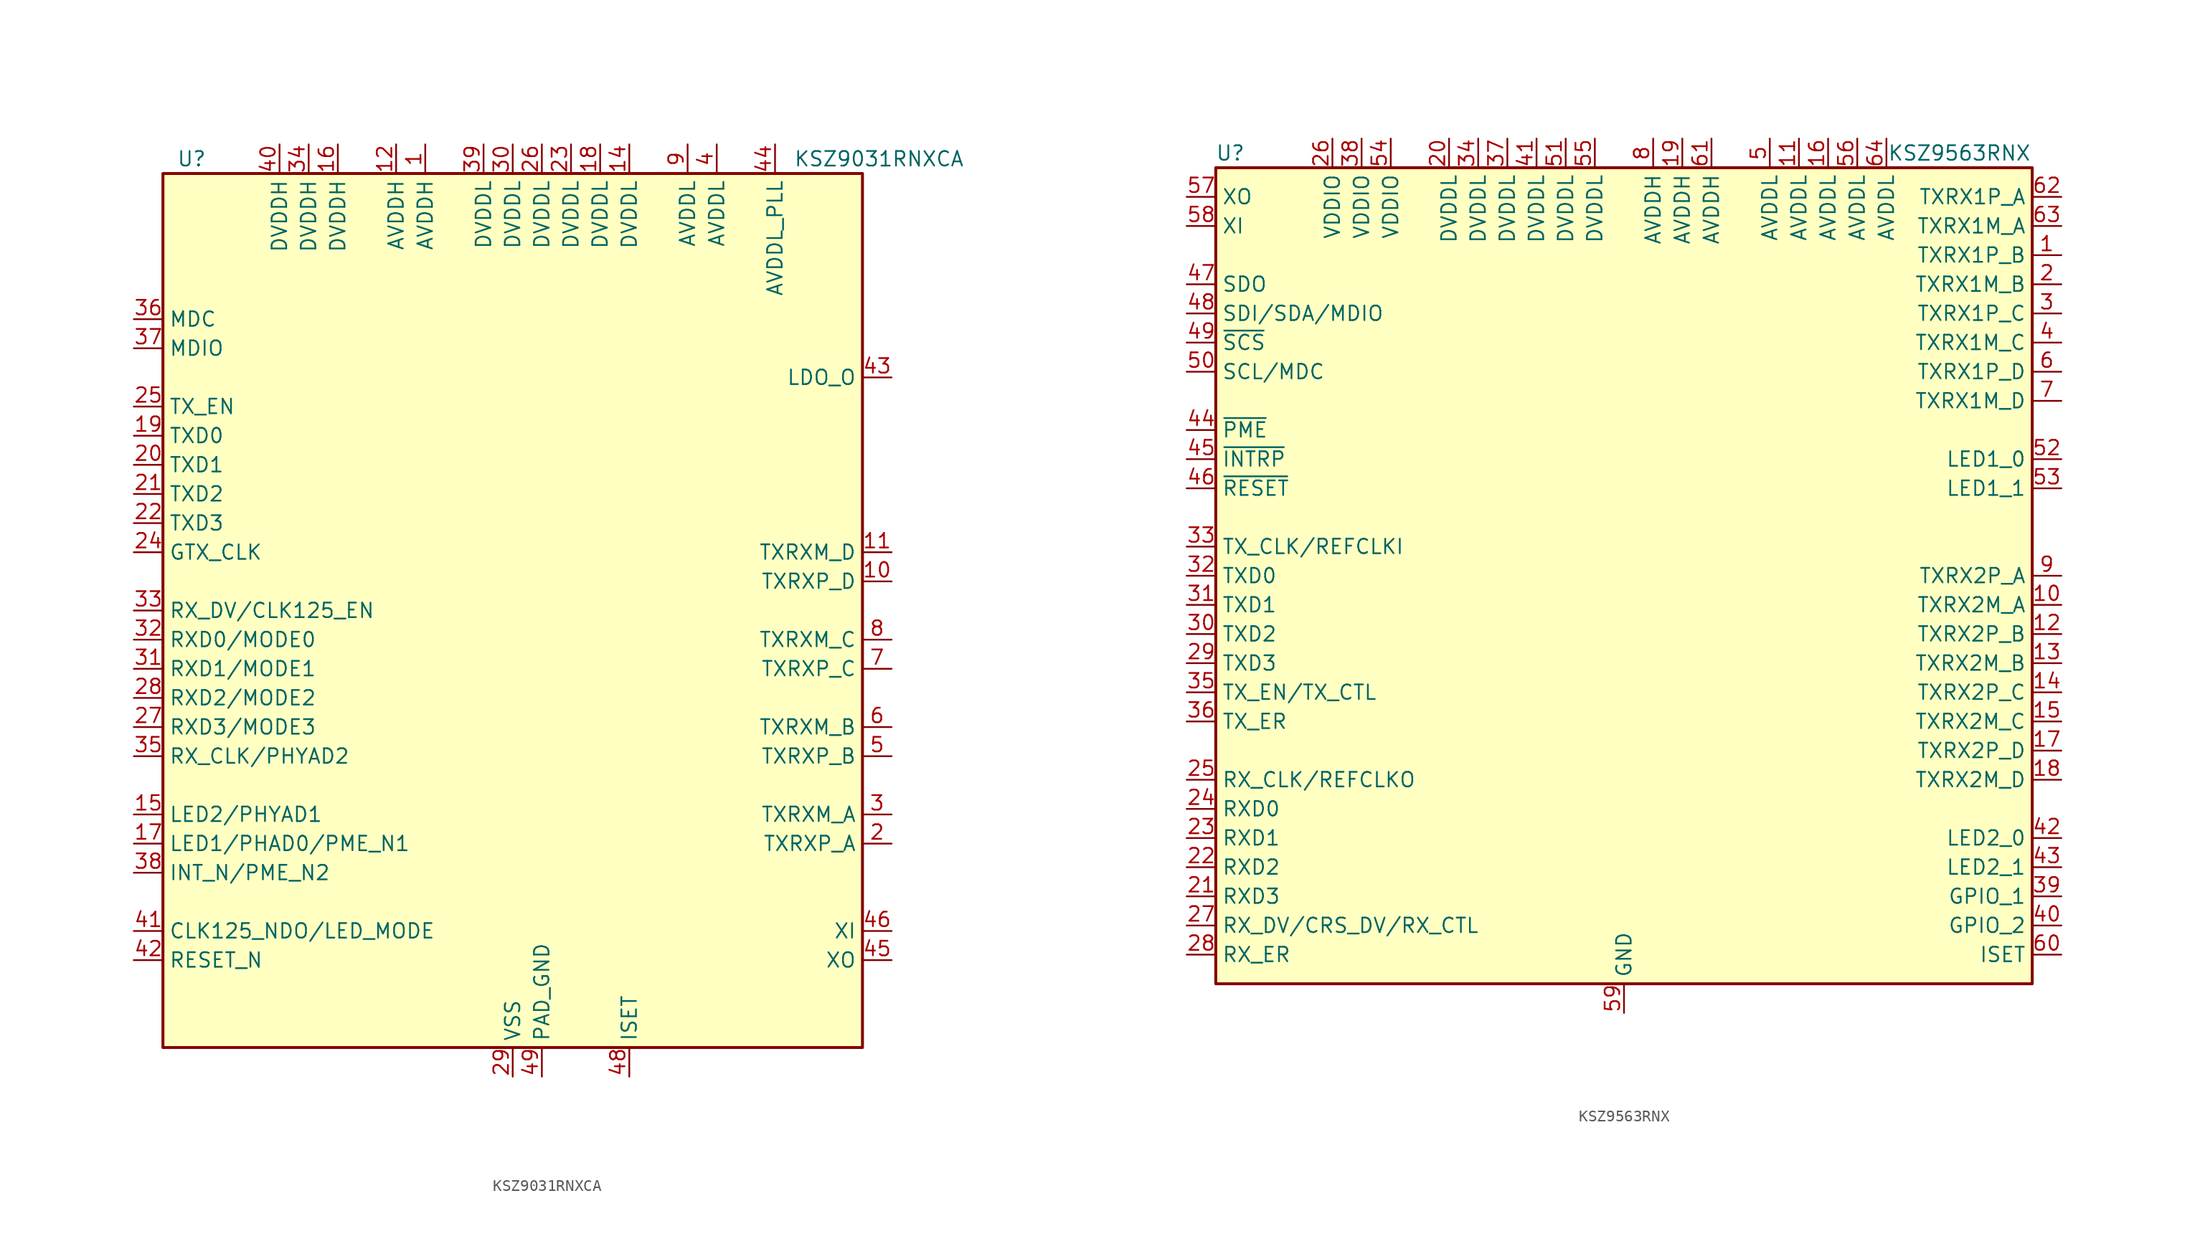
<source format=kicad_sym>
(kicad_symbol_lib
  (version 20211014)
  (generator kicad_symbol_editor)
  (symbol "KSZ9031RNXCA"
    (property "Reference" "U"
      (at -26.67 39.37 0)
      (effects (font (size 1.27 1.27)) (justify right)))
    (property "Value" "KSZ9031RNXCA"
      (at 39.37 39.37 0)
      (effects (font (size 1.27 1.27)) (justify right)))
    (symbol "KSZ9031RNXCA_0_1"
      (rectangle (start -30.48 38.1) (end 30.48 -38.1) (stroke (width 0.254) (type default) (color 0 0 0 0)) (fill (type background))))
    (symbol "KSZ9031RNXCA_1_1"
      (pin power_in line (at -7.62 40.64 270) (length 2.54) (name "AVDDH" (effects (font (size 1.27 1.27)))) (number "1" (effects (font (size 1.27 1.27)))))
      (pin input line (at 33.02 2.54 180) (length 2.54) (name "TXRXP_D" (effects (font (size 1.27 1.27)))) (number "10" (effects (font (size 1.27 1.27)))))
      (pin input line (at 33.02 5.08 180) (length 2.54) (name "TXRXM_D" (effects (font (size 1.27 1.27)))) (number "11" (effects (font (size 1.27 1.27)))))
      (pin power_in line (at -10.16 40.64 270) (length 2.54) (name "AVDDH" (effects (font (size 1.27 1.27)))) (number "12" (effects (font (size 1.27 1.27)))))
      (pin no_connect line (at 30.48 12.7 180) (length 2.54) hide (name "NC" (effects (font (size 1.27 1.27)))) (number "13" (effects (font (size 1.27 1.27)))))
      (pin power_in line (at 10.16 40.64 270) (length 2.54) (name "DVDDL" (effects (font (size 1.27 1.27)))) (number "14" (effects (font (size 1.27 1.27)))))
      (pin bidirectional line (at -33.02 -17.78 0) (length 2.54) (name "LED2/PHYAD1" (effects (font (size 1.27 1.27)))) (number "15" (effects (font (size 1.27 1.27)))))
      (pin power_in line (at -15.24 40.64 270) (length 2.54) (name "DVDDH" (effects (font (size 1.27 1.27)))) (number "16" (effects (font (size 1.27 1.27)))))
      (pin bidirectional line (at -33.02 -20.32 0) (length 2.54) (name "LED1/PHAD0/PME_N1" (effects (font (size 1.27 1.27)))) (number "17" (effects (font (size 1.27 1.27)))))
      (pin power_in line (at 7.62 40.64 270) (length 2.54) (name "DVDDL" (effects (font (size 1.27 1.27)))) (number "18" (effects (font (size 1.27 1.27)))))
      (pin input line (at -33.02 15.24 0) (length 2.54) (name "TXD0" (effects (font (size 1.27 1.27)))) (number "19" (effects (font (size 1.27 1.27)))))
      (pin input line (at 33.02 -20.32 180) (length 2.54) (name "TXRXP_A" (effects (font (size 1.27 1.27)))) (number "2" (effects (font (size 1.27 1.27)))))
      (pin input line (at -33.02 12.7 0) (length 2.54) (name "TXD1" (effects (font (size 1.27 1.27)))) (number "20" (effects (font (size 1.27 1.27)))))
      (pin input line (at -33.02 10.16 0) (length 2.54) (name "TXD2" (effects (font (size 1.27 1.27)))) (number "21" (effects (font (size 1.27 1.27)))))
      (pin input line (at -33.02 7.62 0) (length 2.54) (name "TXD3" (effects (font (size 1.27 1.27)))) (number "22" (effects (font (size 1.27 1.27)))))
      (pin power_in line (at 5.08 40.64 270) (length 2.54) (name "DVDDL" (effects (font (size 1.27 1.27)))) (number "23" (effects (font (size 1.27 1.27)))))
      (pin input line (at -33.02 5.08 0) (length 2.54) (name "GTX_CLK" (effects (font (size 1.27 1.27)))) (number "24" (effects (font (size 1.27 1.27)))))
      (pin input line (at -33.02 17.78 0) (length 2.54) (name "TX_EN" (effects (font (size 1.27 1.27)))) (number "25" (effects (font (size 1.27 1.27)))))
      (pin power_in line (at 2.54 40.64 270) (length 2.54) (name "DVDDL" (effects (font (size 1.27 1.27)))) (number "26" (effects (font (size 1.27 1.27)))))
      (pin input line (at -33.02 -10.16 0) (length 2.54) (name "RXD3/MODE3" (effects (font (size 1.27 1.27)))) (number "27" (effects (font (size 1.27 1.27)))))
      (pin input line (at -33.02 -7.62 0) (length 2.54) (name "RXD2/MODE2" (effects (font (size 1.27 1.27)))) (number "28" (effects (font (size 1.27 1.27)))))
      (pin power_in line (at 0 -40.64 90) (length 2.54) (name "VSS" (effects (font (size 1.27 1.27)))) (number "29" (effects (font (size 1.27 1.27)))))
      (pin input line (at 33.02 -17.78 180) (length 2.54) (name "TXRXM_A" (effects (font (size 1.27 1.27)))) (number "3" (effects (font (size 1.27 1.27)))))
      (pin power_in line (at 0 40.64 270) (length 2.54) (name "DVDDL" (effects (font (size 1.27 1.27)))) (number "30" (effects (font (size 1.27 1.27)))))
      (pin input line (at -33.02 -5.08 0) (length 2.54) (name "RXD1/MODE1" (effects (font (size 1.27 1.27)))) (number "31" (effects (font (size 1.27 1.27)))))
      (pin input line (at -33.02 -2.54 0) (length 2.54) (name "RXD0/MODE0" (effects (font (size 1.27 1.27)))) (number "32" (effects (font (size 1.27 1.27)))))
      (pin input line (at -33.02 0 0) (length 2.54) (name "RX_DV/CLK125_EN" (effects (font (size 1.27 1.27)))) (number "33" (effects (font (size 1.27 1.27)))))
      (pin power_in line (at -17.78 40.64 270) (length 2.54) (name "DVDDH" (effects (font (size 1.27 1.27)))) (number "34" (effects (font (size 1.27 1.27)))))
      (pin input line (at -33.02 -12.7 0) (length 2.54) (name "RX_CLK/PHYAD2" (effects (font (size 1.27 1.27)))) (number "35" (effects (font (size 1.27 1.27)))))
      (pin input line (at -33.02 25.4 0) (length 2.54) (name "MDC" (effects (font (size 1.27 1.27)))) (number "36" (effects (font (size 1.27 1.27)))))
      (pin input line (at -33.02 22.86 0) (length 2.54) (name "MDIO" (effects (font (size 1.27 1.27)))) (number "37" (effects (font (size 1.27 1.27)))))
      (pin input line (at -33.02 -22.86 0) (length 2.54) (name "INT_N/PME_N2" (effects (font (size 1.27 1.27)))) (number "38" (effects (font (size 1.27 1.27)))))
      (pin power_in line (at -2.54 40.64 270) (length 2.54) (name "DVDDL" (effects (font (size 1.27 1.27)))) (number "39" (effects (font (size 1.27 1.27)))))
      (pin power_in line (at 17.78 40.64 270) (length 2.54) (name "AVDDL" (effects (font (size 1.27 1.27)))) (number "4" (effects (font (size 1.27 1.27)))))
      (pin power_in line (at -20.32 40.64 270) (length 2.54) (name "DVDDH" (effects (font (size 1.27 1.27)))) (number "40" (effects (font (size 1.27 1.27)))))
      (pin input line (at -33.02 -27.94 0) (length 2.54) (name "CLK125_NDO/LED_MODE" (effects (font (size 1.27 1.27)))) (number "41" (effects (font (size 1.27 1.27)))))
      (pin input line (at -33.02 -30.48 0) (length 2.54) (name "RESET_N" (effects (font (size 1.27 1.27)))) (number "42" (effects (font (size 1.27 1.27)))))
      (pin input line (at 33.02 20.32 180) (length 2.54) (name "LDO_O" (effects (font (size 1.27 1.27)))) (number "43" (effects (font (size 1.27 1.27)))))
      (pin power_in line (at 22.86 40.64 270) (length 2.54) (name "AVDDL_PLL" (effects (font (size 1.27 1.27)))) (number "44" (effects (font (size 1.27 1.27)))))
      (pin input line (at 33.02 -30.48 180) (length 2.54) (name "XO" (effects (font (size 1.27 1.27)))) (number "45" (effects (font (size 1.27 1.27)))))
      (pin input line (at 33.02 -27.94 180) (length 2.54) (name "XI" (effects (font (size 1.27 1.27)))) (number "46" (effects (font (size 1.27 1.27)))))
      (pin no_connect line (at 30.48 10.16 180) (length 2.54) hide (name "NC" (effects (font (size 1.27 1.27)))) (number "47" (effects (font (size 1.27 1.27)))))
      (pin output line (at 10.16 -40.64 90) (length 2.54) (name "ISET" (effects (font (size 1.27 1.27)))) (number "48" (effects (font (size 1.27 1.27)))))
      (pin power_in line (at 2.54 -40.64 90) (length 2.54) (name "PAD_GND" (effects (font (size 1.27 1.27)))) (number "49" (effects (font (size 1.27 1.27)))))
      (pin input line (at 33.02 -12.7 180) (length 2.54) (name "TXRXP_B" (effects (font (size 1.27 1.27)))) (number "5" (effects (font (size 1.27 1.27)))))
      (pin input line (at 33.02 -10.16 180) (length 2.54) (name "TXRXM_B" (effects (font (size 1.27 1.27)))) (number "6" (effects (font (size 1.27 1.27)))))
      (pin input line (at 33.02 -5.08 180) (length 2.54) (name "TXRXP_C" (effects (font (size 1.27 1.27)))) (number "7" (effects (font (size 1.27 1.27)))))
      (pin input line (at 33.02 -2.54 180) (length 2.54) (name "TXRXM_C" (effects (font (size 1.27 1.27)))) (number "8" (effects (font (size 1.27 1.27)))))
      (pin power_in line (at 15.24 40.64 270) (length 2.54) (name "AVDDL" (effects (font (size 1.27 1.27)))) (number "9" (effects (font (size 1.27 1.27)))))))
  (symbol "KSZ9563RNX"
    (property "Reference" "U"
      (at -34.29 36.83 0)
      (effects (font (size 1.27 1.27))))
    (property "Value" "KSZ9563RNX"
      (at 29.21 36.83 0)
      (effects (font (size 1.27 1.27))))
    (symbol "KSZ9563RNX_0_1"
      (rectangle (start 35.56 -35.56) (end -35.56 35.56) (stroke (width 0.254) (type default) (color 0 0 0 0)) (fill (type background))))
    (symbol "KSZ9563RNX_1_1"
      (pin passive line (at 38.1 27.94 180) (length 2.54) (name "TXRX1P_B" (effects (font (size 1.27 1.27)))) (number "1" (effects (font (size 1.27 1.27)))))
      (pin passive line (at 38.1 -2.54 180) (length 2.54) (name "TXRX2M_A" (effects (font (size 1.27 1.27)))) (number "10" (effects (font (size 1.27 1.27)))))
      (pin power_in line (at 15.24 38.1 270) (length 2.54) (name "AVDDL" (effects (font (size 1.27 1.27)))) (number "11" (effects (font (size 1.27 1.27)))))
      (pin passive line (at 38.1 -5.08 180) (length 2.54) (name "TXRX2P_B" (effects (font (size 1.27 1.27)))) (number "12" (effects (font (size 1.27 1.27)))))
      (pin passive line (at 38.1 -7.62 180) (length 2.54) (name "TXRX2M_B" (effects (font (size 1.27 1.27)))) (number "13" (effects (font (size 1.27 1.27)))))
      (pin passive line (at 38.1 -10.16 180) (length 2.54) (name "TXRX2P_C" (effects (font (size 1.27 1.27)))) (number "14" (effects (font (size 1.27 1.27)))))
      (pin passive line (at 38.1 -12.7 180) (length 2.54) (name "TXRX2M_C" (effects (font (size 1.27 1.27)))) (number "15" (effects (font (size 1.27 1.27)))))
      (pin power_in line (at 17.78 38.1 270) (length 2.54) (name "AVDDL" (effects (font (size 1.27 1.27)))) (number "16" (effects (font (size 1.27 1.27)))))
      (pin passive line (at 38.1 -15.24 180) (length 2.54) (name "TXRX2P_D" (effects (font (size 1.27 1.27)))) (number "17" (effects (font (size 1.27 1.27)))))
      (pin passive line (at 38.1 -17.78 180) (length 2.54) (name "TXRX2M_D" (effects (font (size 1.27 1.27)))) (number "18" (effects (font (size 1.27 1.27)))))
      (pin power_in line (at 5.08 38.1 270) (length 2.54) (name "AVDDH" (effects (font (size 1.27 1.27)))) (number "19" (effects (font (size 1.27 1.27)))))
      (pin passive line (at 38.1 25.4 180) (length 2.54) (name "TXRX1M_B" (effects (font (size 1.27 1.27)))) (number "2" (effects (font (size 1.27 1.27)))))
      (pin power_in line (at -15.24 38.1 270) (length 2.54) (name "DVDDL" (effects (font (size 1.27 1.27)))) (number "20" (effects (font (size 1.27 1.27)))))
      (pin output line (at -38.1 -27.94 0) (length 2.54) (name "RXD3" (effects (font (size 1.27 1.27)))) (number "21" (effects (font (size 1.27 1.27)))))
      (pin output line (at -38.1 -25.4 0) (length 2.54) (name "RXD2" (effects (font (size 1.27 1.27)))) (number "22" (effects (font (size 1.27 1.27)))))
      (pin output line (at -38.1 -22.86 0) (length 2.54) (name "RXD1" (effects (font (size 1.27 1.27)))) (number "23" (effects (font (size 1.27 1.27)))))
      (pin output line (at -38.1 -20.32 0) (length 2.54) (name "RXD0" (effects (font (size 1.27 1.27)))) (number "24" (effects (font (size 1.27 1.27)))))
      (pin bidirectional line (at -38.1 -17.78 0) (length 2.54) (name "RX_CLK/REFCLKO" (effects (font (size 1.27 1.27)))) (number "25" (effects (font (size 1.27 1.27)))))
      (pin power_in line (at -25.4 38.1 270) (length 2.54) (name "VDDIO" (effects (font (size 1.27 1.27)))) (number "26" (effects (font (size 1.27 1.27)))))
      (pin output line (at -38.1 -30.48 0) (length 2.54) (name "RX_DV/CRS_DV/RX_CTL" (effects (font (size 1.27 1.27)))) (number "27" (effects (font (size 1.27 1.27)))))
      (pin output line (at -38.1 -33.02 0) (length 2.54) (name "RX_ER" (effects (font (size 1.27 1.27)))) (number "28" (effects (font (size 1.27 1.27)))))
      (pin input line (at -38.1 -7.62 0) (length 2.54) (name "TXD3" (effects (font (size 1.27 1.27)))) (number "29" (effects (font (size 1.27 1.27)))))
      (pin passive line (at 38.1 22.86 180) (length 2.54) (name "TXRX1P_C" (effects (font (size 1.27 1.27)))) (number "3" (effects (font (size 1.27 1.27)))))
      (pin input line (at -38.1 -5.08 0) (length 2.54) (name "TXD2" (effects (font (size 1.27 1.27)))) (number "30" (effects (font (size 1.27 1.27)))))
      (pin input line (at -38.1 -2.54 0) (length 2.54) (name "TXD1" (effects (font (size 1.27 1.27)))) (number "31" (effects (font (size 1.27 1.27)))))
      (pin input line (at -38.1 0 0) (length 2.54) (name "TXD0" (effects (font (size 1.27 1.27)))) (number "32" (effects (font (size 1.27 1.27)))))
      (pin bidirectional line (at -38.1 2.54 0) (length 2.54) (name "TX_CLK/REFCLKI" (effects (font (size 1.27 1.27)))) (number "33" (effects (font (size 1.27 1.27)))))
      (pin power_in line (at -12.7 38.1 270) (length 2.54) (name "DVDDL" (effects (font (size 1.27 1.27)))) (number "34" (effects (font (size 1.27 1.27)))))
      (pin input line (at -38.1 -10.16 0) (length 2.54) (name "TX_EN/TX_CTL" (effects (font (size 1.27 1.27)))) (number "35" (effects (font (size 1.27 1.27)))))
      (pin input line (at -38.1 -12.7 0) (length 2.54) (name "TX_ER" (effects (font (size 1.27 1.27)))) (number "36" (effects (font (size 1.27 1.27)))))
      (pin power_in line (at -10.16 38.1 270) (length 2.54) (name "DVDDL" (effects (font (size 1.27 1.27)))) (number "37" (effects (font (size 1.27 1.27)))))
      (pin power_in line (at -22.86 38.1 270) (length 2.54) (name "VDDIO" (effects (font (size 1.27 1.27)))) (number "38" (effects (font (size 1.27 1.27)))))
      (pin bidirectional line (at 38.1 -27.94 180) (length 2.54) (name "GPIO_1" (effects (font (size 1.27 1.27)))) (number "39" (effects (font (size 1.27 1.27)))))
      (pin passive line (at 38.1 20.32 180) (length 2.54) (name "TXRX1M_C" (effects (font (size 1.27 1.27)))) (number "4" (effects (font (size 1.27 1.27)))))
      (pin bidirectional line (at 38.1 -30.48 180) (length 2.54) (name "GPIO_2" (effects (font (size 1.27 1.27)))) (number "40" (effects (font (size 1.27 1.27)))))
      (pin power_in line (at -7.62 38.1 270) (length 2.54) (name "DVDDL" (effects (font (size 1.27 1.27)))) (number "41" (effects (font (size 1.27 1.27)))))
      (pin output line (at 38.1 -22.86 180) (length 2.54) (name "LED2_0" (effects (font (size 1.27 1.27)))) (number "42" (effects (font (size 1.27 1.27)))))
      (pin output line (at 38.1 -25.4 180) (length 2.54) (name "LED2_1" (effects (font (size 1.27 1.27)))) (number "43" (effects (font (size 1.27 1.27)))))
      (pin output line (at -38.1 12.7 0) (length 2.54) (name "~{PME}" (effects (font (size 1.27 1.27)))) (number "44" (effects (font (size 1.27 1.27)))))
      (pin open_collector line (at -38.1 10.16 0) (length 2.54) (name "~{INTRP}" (effects (font (size 1.27 1.27)))) (number "45" (effects (font (size 1.27 1.27)))))
      (pin input line (at -38.1 7.62 0) (length 2.54) (name "~{RESET}" (effects (font (size 1.27 1.27)))) (number "46" (effects (font (size 1.27 1.27)))))
      (pin output line (at -38.1 25.4 0) (length 2.54) (name "SDO" (effects (font (size 1.27 1.27)))) (number "47" (effects (font (size 1.27 1.27)))))
      (pin bidirectional line (at -38.1 22.86 0) (length 2.54) (name "SDI/SDA/MDIO" (effects (font (size 1.27 1.27)))) (number "48" (effects (font (size 1.27 1.27)))))
      (pin input line (at -38.1 20.32 0) (length 2.54) (name "~{SCS}" (effects (font (size 1.27 1.27)))) (number "49" (effects (font (size 1.27 1.27)))))
      (pin power_in line (at 12.7 38.1 270) (length 2.54) (name "AVDDL" (effects (font (size 1.27 1.27)))) (number "5" (effects (font (size 1.27 1.27)))))
      (pin input line (at -38.1 17.78 0) (length 2.54) (name "SCL/MDC" (effects (font (size 1.27 1.27)))) (number "50" (effects (font (size 1.27 1.27)))))
      (pin power_in line (at -5.08 38.1 270) (length 2.54) (name "DVDDL" (effects (font (size 1.27 1.27)))) (number "51" (effects (font (size 1.27 1.27)))))
      (pin output line (at 38.1 10.16 180) (length 2.54) (name "LED1_0" (effects (font (size 1.27 1.27)))) (number "52" (effects (font (size 1.27 1.27)))))
      (pin output line (at 38.1 7.62 180) (length 2.54) (name "LED1_1" (effects (font (size 1.27 1.27)))) (number "53" (effects (font (size 1.27 1.27)))))
      (pin power_in line (at -20.32 38.1 270) (length 2.54) (name "VDDIO" (effects (font (size 1.27 1.27)))) (number "54" (effects (font (size 1.27 1.27)))))
      (pin power_in line (at -2.54 38.1 270) (length 2.54) (name "DVDDL" (effects (font (size 1.27 1.27)))) (number "55" (effects (font (size 1.27 1.27)))))
      (pin power_in line (at 20.32 38.1 270) (length 2.54) (name "AVDDL" (effects (font (size 1.27 1.27)))) (number "56" (effects (font (size 1.27 1.27)))))
      (pin output line (at -38.1 33.02 0) (length 2.54) (name "XO" (effects (font (size 1.27 1.27)))) (number "57" (effects (font (size 1.27 1.27)))))
      (pin input line (at -38.1 30.48 0) (length 2.54) (name "XI" (effects (font (size 1.27 1.27)))) (number "58" (effects (font (size 1.27 1.27)))))
      (pin power_in line (at 0 -38.1 90) (length 2.54) (name "GND" (effects (font (size 1.27 1.27)))) (number "59" (effects (font (size 1.27 1.27)))))
      (pin passive line (at 38.1 17.78 180) (length 2.54) (name "TXRX1P_D" (effects (font (size 1.27 1.27)))) (number "6" (effects (font (size 1.27 1.27)))))
      (pin passive line (at 38.1 -33.02 180) (length 2.54) (name "ISET" (effects (font (size 1.27 1.27)))) (number "60" (effects (font (size 1.27 1.27)))))
      (pin power_in line (at 7.62 38.1 270) (length 2.54) (name "AVDDH" (effects (font (size 1.27 1.27)))) (number "61" (effects (font (size 1.27 1.27)))))
      (pin passive line (at 38.1 33.02 180) (length 2.54) (name "TXRX1P_A" (effects (font (size 1.27 1.27)))) (number "62" (effects (font (size 1.27 1.27)))))
      (pin passive line (at 38.1 30.48 180) (length 2.54) (name "TXRX1M_A" (effects (font (size 1.27 1.27)))) (number "63" (effects (font (size 1.27 1.27)))))
      (pin power_in line (at 22.86 38.1 270) (length 2.54) (name "AVDDL" (effects (font (size 1.27 1.27)))) (number "64" (effects (font (size 1.27 1.27)))))
      (pin passive line (at 0 -38.1 90) (length 2.54) hide (name "GND" (effects (font (size 1.27 1.27)))) (number "65" (effects (font (size 1.27 1.27)))))
      (pin passive line (at 38.1 15.24 180) (length 2.54) (name "TXRX1M_D" (effects (font (size 1.27 1.27)))) (number "7" (effects (font (size 1.27 1.27)))))
      (pin power_in line (at 2.54 38.1 270) (length 2.54) (name "AVDDH" (effects (font (size 1.27 1.27)))) (number "8" (effects (font (size 1.27 1.27)))))
      (pin passive line (at 38.1 0 180) (length 2.54) (name "TXRX2P_A" (effects (font (size 1.27 1.27)))) (number "9" (effects (font (size 1.27 1.27))))))))
</source>
